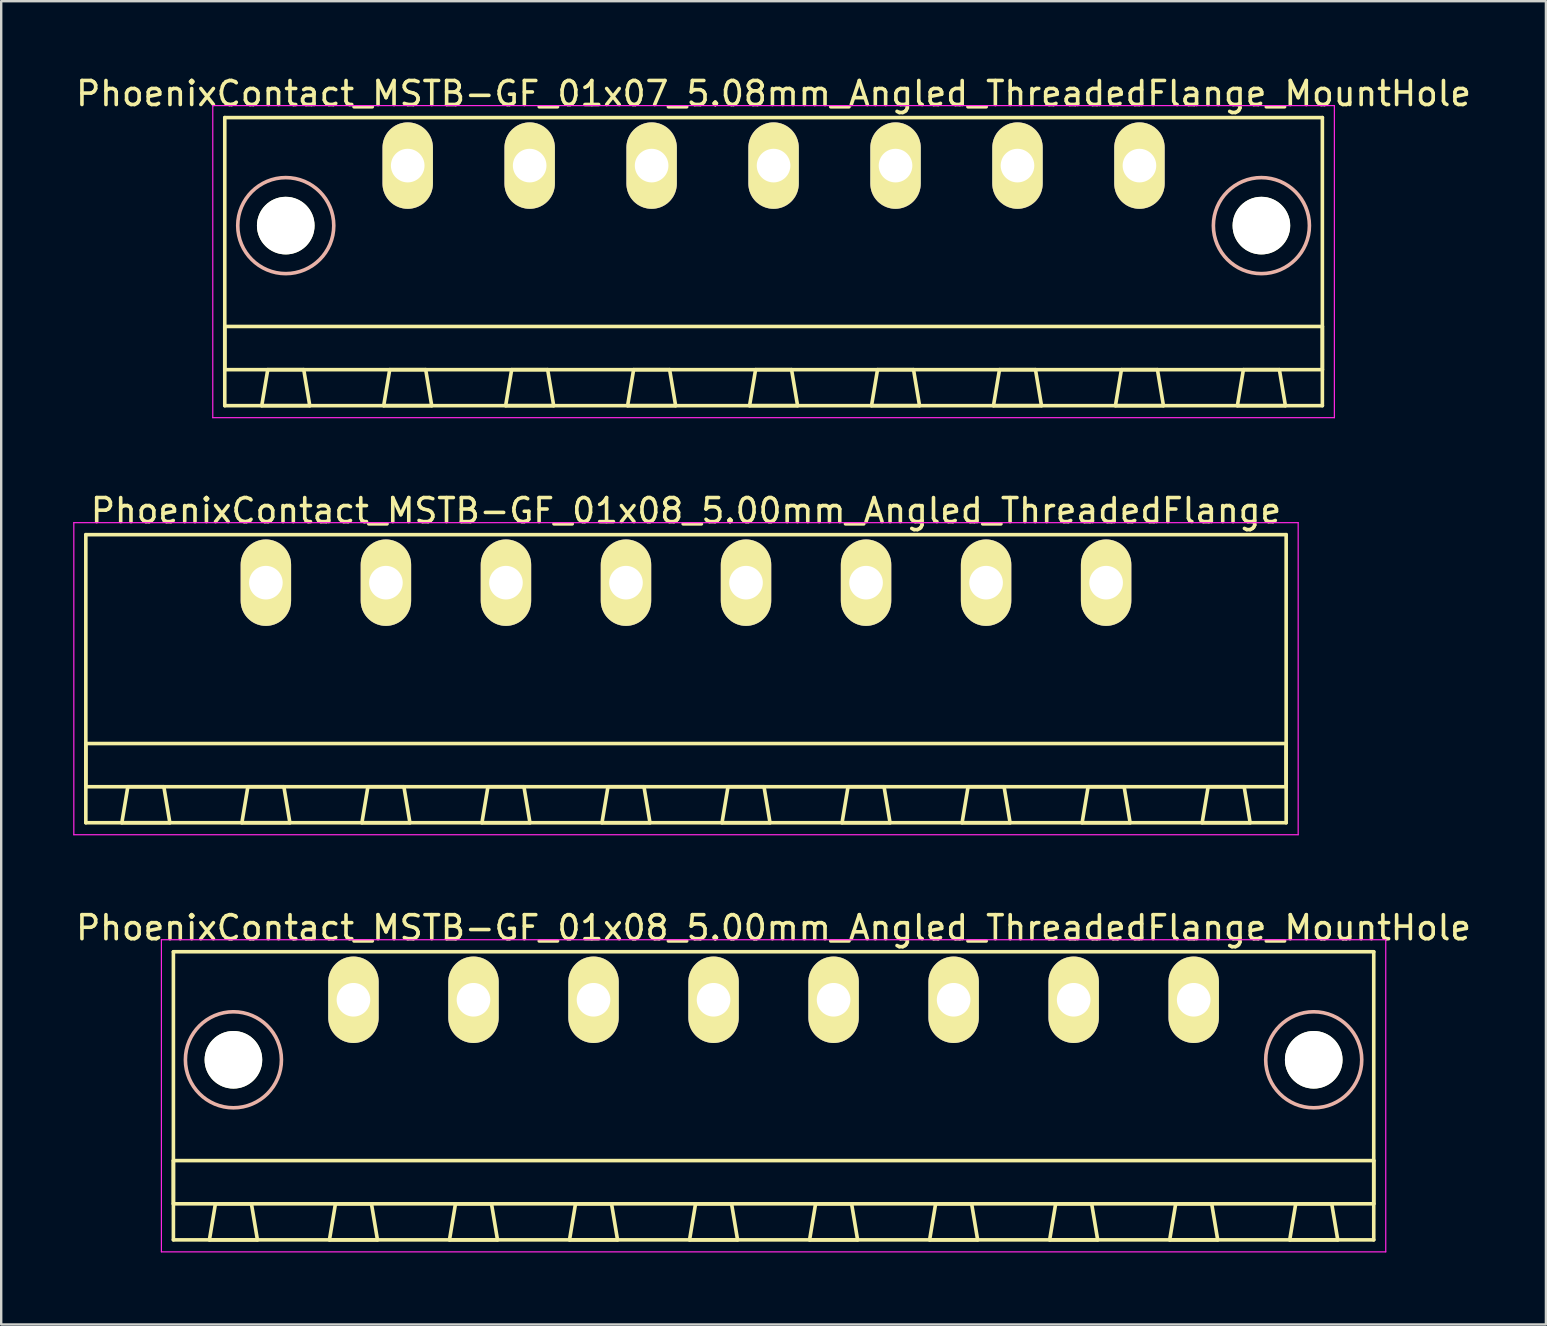
<source format=kicad_pcb>
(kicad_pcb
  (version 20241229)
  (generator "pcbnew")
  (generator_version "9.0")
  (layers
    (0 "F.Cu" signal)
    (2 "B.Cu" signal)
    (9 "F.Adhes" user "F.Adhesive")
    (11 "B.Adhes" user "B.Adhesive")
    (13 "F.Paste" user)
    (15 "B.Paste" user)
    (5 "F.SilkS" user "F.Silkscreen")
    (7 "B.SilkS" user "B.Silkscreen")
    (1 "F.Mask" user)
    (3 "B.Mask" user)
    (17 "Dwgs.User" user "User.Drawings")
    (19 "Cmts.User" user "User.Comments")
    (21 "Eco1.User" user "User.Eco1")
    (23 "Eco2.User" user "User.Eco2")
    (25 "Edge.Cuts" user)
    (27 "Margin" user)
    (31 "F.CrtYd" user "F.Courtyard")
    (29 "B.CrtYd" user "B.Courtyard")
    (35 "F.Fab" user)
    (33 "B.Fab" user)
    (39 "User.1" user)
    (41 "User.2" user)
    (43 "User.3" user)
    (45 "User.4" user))
  (footprint "PhoenixContact_MSTB-GF_01x08_5.00mm_Angled_ThreadedFlange_MountHole"
    (layer "F.Cu")
    (at 11.673 38.595)
    (property "Reference" "PhoenixContact_MSTB-GF_01x08_5.00mm_Angled_ThreadedFlange_MountHole" (at 17.5 -3 0) (layer "F.SilkS") (effects (font (size 1 1) (thickness 0.15))))
    (attr through_hole)
    (fp_line (start -7.5 -2) (end -7.5 10) (stroke (width 0.15) (type solid)) (layer "F.SilkS"))
    (fp_line (start -7.5 6.7) (end 42.5 6.7) (stroke (width 0.15) (type solid)) (layer "F.SilkS"))
    (fp_line (start -7.5 8.5) (end -7.5 6.7) (stroke (width 0.15) (type solid)) (layer "F.SilkS"))
    (fp_line (start -7.5 10) (end 42.5 10) (stroke (width 0.15) (type solid)) (layer "F.SilkS"))
    (fp_line (start -6 10) (end -4 10) (stroke (width 0.15) (type solid)) (layer "F.SilkS"))
    (fp_line (start -5.75 8.5) (end -6 10) (stroke (width 0.15) (type solid)) (layer "F.SilkS"))
    (fp_line (start -4.25 8.5) (end -5.75 8.5) (stroke (width 0.15) (type solid)) (layer "F.SilkS"))
    (fp_line (start -4 10) (end -4.25 8.5) (stroke (width 0.15) (type solid)) (layer "F.SilkS"))
    (fp_line (start -1 10) (end 1 10) (stroke (width 0.15) (type solid)) (layer "F.SilkS"))
    (fp_line (start -0.75 8.5) (end -1 10) (stroke (width 0.15) (type solid)) (layer "F.SilkS"))
    (fp_line (start 0.75 8.5) (end -0.75 8.5) (stroke (width 0.15) (type solid)) (layer "F.SilkS"))
    (fp_line (start 1 10) (end 0.75 8.5) (stroke (width 0.15) (type solid)) (layer "F.SilkS"))
    (fp_line (start 4 10) (end 6 10) (stroke (width 0.15) (type solid)) (layer "F.SilkS"))
    (fp_line (start 4.25 8.5) (end 4 10) (stroke (width 0.15) (type solid)) (layer "F.SilkS"))
    (fp_line (start 5.75 8.5) (end 4.25 8.5) (stroke (width 0.15) (type solid)) (layer "F.SilkS"))
    (fp_line (start 6 10) (end 5.75 8.5) (stroke (width 0.15) (type solid)) (layer "F.SilkS"))
    (fp_line (start 9 10) (end 11 10) (stroke (width 0.15) (type solid)) (layer "F.SilkS"))
    (fp_line (start 9.25 8.5) (end 9 10) (stroke (width 0.15) (type solid)) (layer "F.SilkS"))
    (fp_line (start 10.75 8.5) (end 9.25 8.5) (stroke (width 0.15) (type solid)) (layer "F.SilkS"))
    (fp_line (start 11 10) (end 10.75 8.5) (stroke (width 0.15) (type solid)) (layer "F.SilkS"))
    (fp_line (start 14 10) (end 16 10) (stroke (width 0.15) (type solid)) (layer "F.SilkS"))
    (fp_line (start 14.25 8.5) (end 14 10) (stroke (width 0.15) (type solid)) (layer "F.SilkS"))
    (fp_line (start 15.75 8.5) (end 14.25 8.5) (stroke (width 0.15) (type solid)) (layer "F.SilkS"))
    (fp_line (start 16 10) (end 15.75 8.5) (stroke (width 0.15) (type solid)) (layer "F.SilkS"))
    (fp_line (start 19 10) (end 21 10) (stroke (width 0.15) (type solid)) (layer "F.SilkS"))
    (fp_line (start 19.25 8.5) (end 19 10) (stroke (width 0.15) (type solid)) (layer "F.SilkS"))
    (fp_line (start 20.75 8.5) (end 19.25 8.5) (stroke (width 0.15) (type solid)) (layer "F.SilkS"))
    (fp_line (start 21 10) (end 20.75 8.5) (stroke (width 0.15) (type solid)) (layer "F.SilkS"))
    (fp_line (start 24 10) (end 26 10) (stroke (width 0.15) (type solid)) (layer "F.SilkS"))
    (fp_line (start 24.25 8.5) (end 24 10) (stroke (width 0.15) (type solid)) (layer "F.SilkS"))
    (fp_line (start 25.75 8.5) (end 24.25 8.5) (stroke (width 0.15) (type solid)) (layer "F.SilkS"))
    (fp_line (start 26 10) (end 25.75 8.5) (stroke (width 0.15) (type solid)) (layer "F.SilkS"))
    (fp_line (start 29 10) (end 31 10) (stroke (width 0.15) (type solid)) (layer "F.SilkS"))
    (fp_line (start 29.25 8.5) (end 29 10) (stroke (width 0.15) (type solid)) (layer "F.SilkS"))
    (fp_line (start 30.75 8.5) (end 29.25 8.5) (stroke (width 0.15) (type solid)) (layer "F.SilkS"))
    (fp_line (start 31 10) (end 30.75 8.5) (stroke (width 0.15) (type solid)) (layer "F.SilkS"))
    (fp_line (start 34 10) (end 36 10) (stroke (width 0.15) (type solid)) (layer "F.SilkS"))
    (fp_line (start 34.25 8.5) (end 34 10) (stroke (width 0.15) (type solid)) (layer "F.SilkS"))
    (fp_line (start 35.75 8.5) (end 34.25 8.5) (stroke (width 0.15) (type solid)) (layer "F.SilkS"))
    (fp_line (start 36 10) (end 35.75 8.5) (stroke (width 0.15) (type solid)) (layer "F.SilkS"))
    (fp_line (start 39 10) (end 41 10) (stroke (width 0.15) (type solid)) (layer "F.SilkS"))
    (fp_line (start 39.25 8.5) (end 39 10) (stroke (width 0.15) (type solid)) (layer "F.SilkS"))
    (fp_line (start 40.75 8.5) (end 39.25 8.5) (stroke (width 0.15) (type solid)) (layer "F.SilkS"))
    (fp_line (start 41 10) (end 40.75 8.5) (stroke (width 0.15) (type solid)) (layer "F.SilkS"))
    (fp_line (start 42.5 -2) (end -7.5 -2) (stroke (width 0.15) (type solid)) (layer "F.SilkS"))
    (fp_line (start 42.5 6.7) (end 42.5 8.5) (stroke (width 0.15) (type solid)) (layer "F.SilkS"))
    (fp_line (start 42.5 8.5) (end -7.5 8.5) (stroke (width 0.15) (type solid)) (layer "F.SilkS"))
    (fp_line (start 42.5 10) (end 42.5 -2) (stroke (width 0.15) (type solid)) (layer "F.SilkS"))
    (fp_circle (center -5 2.5) (end -3 2.5) (stroke (width 0.15) (type solid)) (fill no) (layer "B.SilkS"))
    (fp_circle (center 40 2.5) (end 42 2.5) (stroke (width 0.15) (type solid)) (fill no) (layer "B.SilkS"))
    (fp_line (start -8 -2.5) (end -8 10.5) (stroke (width 0.05) (type solid)) (layer "F.CrtYd"))
    (fp_line (start -8 10.5) (end 43 10.5) (stroke (width 0.05) (type solid)) (layer "F.CrtYd"))
    (fp_line (start 43 -2.5) (end -8 -2.5) (stroke (width 0.05) (type solid)) (layer "F.CrtYd"))
    (fp_line (start 43 10.5) (end 43 -2.5) (stroke (width 0.05) (type solid)) (layer "F.CrtYd"))
    (pad "" np_thru_hole circle (at -5 2.5) (size 2.4 2.4) (drill 2.4) (layers "*.Cu" "*.Mask" "F.SilkS"))
    (pad "" np_thru_hole circle (at 40 2.5) (size 2.4 2.4) (drill 2.4) (layers "*.Cu" "*.Mask" "F.SilkS"))
    (pad "1" thru_hole oval (at 0 0) (size 2.1 3.6) (drill 1.4) (layers "*.Cu" "*.Mask" "F.SilkS"))
    (pad "2" thru_hole oval (at 5 0) (size 2.1 3.6) (drill 1.4) (layers "*.Cu" "*.Mask" "F.SilkS"))
    (pad "3" thru_hole oval (at 10 0) (size 2.1 3.6) (drill 1.4) (layers "*.Cu" "*.Mask" "F.SilkS"))
    (pad "4" thru_hole oval (at 15 0) (size 2.1 3.6) (drill 1.4) (layers "*.Cu" "*.Mask" "F.SilkS"))
    (pad "5" thru_hole oval (at 20 0) (size 2.1 3.6) (drill 1.4) (layers "*.Cu" "*.Mask" "F.SilkS"))
    (pad "6" thru_hole oval (at 25 0) (size 2.1 3.6) (drill 1.4) (layers "*.Cu" "*.Mask" "F.SilkS"))
    (pad "7" thru_hole oval (at 30 0) (size 2.1 3.6) (drill 1.4) (layers "*.Cu" "*.Mask" "F.SilkS"))
    (pad "8" thru_hole oval (at 35 0) (size 2.1 3.6) (drill 1.4) (layers "*.Cu" "*.Mask" "F.SilkS")))
  (footprint "PhoenixContact_MSTB-GF_01x08_5.00mm_Angled_ThreadedFlange"
    (layer "F.Cu")
    (at 8.025 21.221)
    (property "Reference" "PhoenixContact_MSTB-GF_01x08_5.00mm_Angled_ThreadedFlange" (at 17.5 -3 0) (layer "F.SilkS") (effects (font (size 1 1) (thickness 0.15))))
    (attr through_hole)
    (fp_line (start -7.5 -2) (end -7.5 10) (stroke (width 0.15) (type solid)) (layer "F.SilkS"))
    (fp_line (start -7.5 6.7) (end 42.5 6.7) (stroke (width 0.15) (type solid)) (layer "F.SilkS"))
    (fp_line (start -7.5 8.5) (end -7.5 6.7) (stroke (width 0.15) (type solid)) (layer "F.SilkS"))
    (fp_line (start -7.5 10) (end 42.5 10) (stroke (width 0.15) (type solid)) (layer "F.SilkS"))
    (fp_line (start -6 10) (end -4 10) (stroke (width 0.15) (type solid)) (layer "F.SilkS"))
    (fp_line (start -5.75 8.5) (end -6 10) (stroke (width 0.15) (type solid)) (layer "F.SilkS"))
    (fp_line (start -4.25 8.5) (end -5.75 8.5) (stroke (width 0.15) (type solid)) (layer "F.SilkS"))
    (fp_line (start -4 10) (end -4.25 8.5) (stroke (width 0.15) (type solid)) (layer "F.SilkS"))
    (fp_line (start -1 10) (end 1 10) (stroke (width 0.15) (type solid)) (layer "F.SilkS"))
    (fp_line (start -0.75 8.5) (end -1 10) (stroke (width 0.15) (type solid)) (layer "F.SilkS"))
    (fp_line (start 0.75 8.5) (end -0.75 8.5) (stroke (width 0.15) (type solid)) (layer "F.SilkS"))
    (fp_line (start 1 10) (end 0.75 8.5) (stroke (width 0.15) (type solid)) (layer "F.SilkS"))
    (fp_line (start 4 10) (end 6 10) (stroke (width 0.15) (type solid)) (layer "F.SilkS"))
    (fp_line (start 4.25 8.5) (end 4 10) (stroke (width 0.15) (type solid)) (layer "F.SilkS"))
    (fp_line (start 5.75 8.5) (end 4.25 8.5) (stroke (width 0.15) (type solid)) (layer "F.SilkS"))
    (fp_line (start 6 10) (end 5.75 8.5) (stroke (width 0.15) (type solid)) (layer "F.SilkS"))
    (fp_line (start 9 10) (end 11 10) (stroke (width 0.15) (type solid)) (layer "F.SilkS"))
    (fp_line (start 9.25 8.5) (end 9 10) (stroke (width 0.15) (type solid)) (layer "F.SilkS"))
    (fp_line (start 10.75 8.5) (end 9.25 8.5) (stroke (width 0.15) (type solid)) (layer "F.SilkS"))
    (fp_line (start 11 10) (end 10.75 8.5) (stroke (width 0.15) (type solid)) (layer "F.SilkS"))
    (fp_line (start 14 10) (end 16 10) (stroke (width 0.15) (type solid)) (layer "F.SilkS"))
    (fp_line (start 14.25 8.5) (end 14 10) (stroke (width 0.15) (type solid)) (layer "F.SilkS"))
    (fp_line (start 15.75 8.5) (end 14.25 8.5) (stroke (width 0.15) (type solid)) (layer "F.SilkS"))
    (fp_line (start 16 10) (end 15.75 8.5) (stroke (width 0.15) (type solid)) (layer "F.SilkS"))
    (fp_line (start 19 10) (end 21 10) (stroke (width 0.15) (type solid)) (layer "F.SilkS"))
    (fp_line (start 19.25 8.5) (end 19 10) (stroke (width 0.15) (type solid)) (layer "F.SilkS"))
    (fp_line (start 20.75 8.5) (end 19.25 8.5) (stroke (width 0.15) (type solid)) (layer "F.SilkS"))
    (fp_line (start 21 10) (end 20.75 8.5) (stroke (width 0.15) (type solid)) (layer "F.SilkS"))
    (fp_line (start 24 10) (end 26 10) (stroke (width 0.15) (type solid)) (layer "F.SilkS"))
    (fp_line (start 24.25 8.5) (end 24 10) (stroke (width 0.15) (type solid)) (layer "F.SilkS"))
    (fp_line (start 25.75 8.5) (end 24.25 8.5) (stroke (width 0.15) (type solid)) (layer "F.SilkS"))
    (fp_line (start 26 10) (end 25.75 8.5) (stroke (width 0.15) (type solid)) (layer "F.SilkS"))
    (fp_line (start 29 10) (end 31 10) (stroke (width 0.15) (type solid)) (layer "F.SilkS"))
    (fp_line (start 29.25 8.5) (end 29 10) (stroke (width 0.15) (type solid)) (layer "F.SilkS"))
    (fp_line (start 30.75 8.5) (end 29.25 8.5) (stroke (width 0.15) (type solid)) (layer "F.SilkS"))
    (fp_line (start 31 10) (end 30.75 8.5) (stroke (width 0.15) (type solid)) (layer "F.SilkS"))
    (fp_line (start 34 10) (end 36 10) (stroke (width 0.15) (type solid)) (layer "F.SilkS"))
    (fp_line (start 34.25 8.5) (end 34 10) (stroke (width 0.15) (type solid)) (layer "F.SilkS"))
    (fp_line (start 35.75 8.5) (end 34.25 8.5) (stroke (width 0.15) (type solid)) (layer "F.SilkS"))
    (fp_line (start 36 10) (end 35.75 8.5) (stroke (width 0.15) (type solid)) (layer "F.SilkS"))
    (fp_line (start 39 10) (end 41 10) (stroke (width 0.15) (type solid)) (layer "F.SilkS"))
    (fp_line (start 39.25 8.5) (end 39 10) (stroke (width 0.15) (type solid)) (layer "F.SilkS"))
    (fp_line (start 40.75 8.5) (end 39.25 8.5) (stroke (width 0.15) (type solid)) (layer "F.SilkS"))
    (fp_line (start 41 10) (end 40.75 8.5) (stroke (width 0.15) (type solid)) (layer "F.SilkS"))
    (fp_line (start 42.5 -2) (end -7.5 -2) (stroke (width 0.15) (type solid)) (layer "F.SilkS"))
    (fp_line (start 42.5 6.7) (end 42.5 8.5) (stroke (width 0.15) (type solid)) (layer "F.SilkS"))
    (fp_line (start 42.5 8.5) (end -7.5 8.5) (stroke (width 0.15) (type solid)) (layer "F.SilkS"))
    (fp_line (start 42.5 10) (end 42.5 -2) (stroke (width 0.15) (type solid)) (layer "F.SilkS"))
    (fp_line (start -8 -2.5) (end -8 10.5) (stroke (width 0.05) (type solid)) (layer "F.CrtYd"))
    (fp_line (start -8 10.5) (end 43 10.5) (stroke (width 0.05) (type solid)) (layer "F.CrtYd"))
    (fp_line (start 43 -2.5) (end -8 -2.5) (stroke (width 0.05) (type solid)) (layer "F.CrtYd"))
    (fp_line (start 43 10.5) (end 43 -2.5) (stroke (width 0.05) (type solid)) (layer "F.CrtYd"))
    (pad "1" thru_hole oval (at 0 0) (size 2.1 3.6) (drill 1.4) (layers "*.Cu" "*.Mask" "F.SilkS"))
    (pad "2" thru_hole oval (at 5 0) (size 2.1 3.6) (drill 1.4) (layers "*.Cu" "*.Mask" "F.SilkS"))
    (pad "3" thru_hole oval (at 10 0) (size 2.1 3.6) (drill 1.4) (layers "*.Cu" "*.Mask" "F.SilkS"))
    (pad "4" thru_hole oval (at 15 0) (size 2.1 3.6) (drill 1.4) (layers "*.Cu" "*.Mask" "F.SilkS"))
    (pad "5" thru_hole oval (at 20 0) (size 2.1 3.6) (drill 1.4) (layers "*.Cu" "*.Mask" "F.SilkS"))
    (pad "6" thru_hole oval (at 25 0) (size 2.1 3.6) (drill 1.4) (layers "*.Cu" "*.Mask" "F.SilkS"))
    (pad "7" thru_hole oval (at 30 0) (size 2.1 3.6) (drill 1.4) (layers "*.Cu" "*.Mask" "F.SilkS"))
    (pad "8" thru_hole oval (at 35 0) (size 2.1 3.6) (drill 1.4) (layers "*.Cu" "*.Mask" "F.SilkS")))
  (footprint "PhoenixContact_MSTB-GF_01x07_5.08mm_Angled_ThreadedFlange_MountHole"
    (layer "F.Cu")
    (at 13.933 3.848)
    (property "Reference" "PhoenixContact_MSTB-GF_01x07_5.08mm_Angled_ThreadedFlange_MountHole" (at 15.24 -3 0) (layer "F.SilkS") (effects (font (size 1 1) (thickness 0.15))))
    (attr through_hole)
    (fp_line (start -7.62 -2) (end -7.62 10) (stroke (width 0.15) (type solid)) (layer "F.SilkS"))
    (fp_line (start -7.62 6.7) (end 38.1 6.7) (stroke (width 0.15) (type solid)) (layer "F.SilkS"))
    (fp_line (start -7.62 8.5) (end -7.62 6.7) (stroke (width 0.15) (type solid)) (layer "F.SilkS"))
    (fp_line (start -7.62 10) (end 38.1 10) (stroke (width 0.15) (type solid)) (layer "F.SilkS"))
    (fp_line (start -6.08 10) (end -4.08 10) (stroke (width 0.15) (type solid)) (layer "F.SilkS"))
    (fp_line (start -5.83 8.5) (end -6.08 10) (stroke (width 0.15) (type solid)) (layer "F.SilkS"))
    (fp_line (start -4.33 8.5) (end -5.83 8.5) (stroke (width 0.15) (type solid)) (layer "F.SilkS"))
    (fp_line (start -4.08 10) (end -4.33 8.5) (stroke (width 0.15) (type solid)) (layer "F.SilkS"))
    (fp_line (start -1 10) (end 1 10) (stroke (width 0.15) (type solid)) (layer "F.SilkS"))
    (fp_line (start -0.75 8.5) (end -1 10) (stroke (width 0.15) (type solid)) (layer "F.SilkS"))
    (fp_line (start 0.75 8.5) (end -0.75 8.5) (stroke (width 0.15) (type solid)) (layer "F.SilkS"))
    (fp_line (start 1 10) (end 0.75 8.5) (stroke (width 0.15) (type solid)) (layer "F.SilkS"))
    (fp_line (start 4.08 10) (end 6.08 10) (stroke (width 0.15) (type solid)) (layer "F.SilkS"))
    (fp_line (start 4.33 8.5) (end 4.08 10) (stroke (width 0.15) (type solid)) (layer "F.SilkS"))
    (fp_line (start 5.83 8.5) (end 4.33 8.5) (stroke (width 0.15) (type solid)) (layer "F.SilkS"))
    (fp_line (start 6.08 10) (end 5.83 8.5) (stroke (width 0.15) (type solid)) (layer "F.SilkS"))
    (fp_line (start 9.16 10) (end 11.16 10) (stroke (width 0.15) (type solid)) (layer "F.SilkS"))
    (fp_line (start 9.41 8.5) (end 9.16 10) (stroke (width 0.15) (type solid)) (layer "F.SilkS"))
    (fp_line (start 10.91 8.5) (end 9.41 8.5) (stroke (width 0.15) (type solid)) (layer "F.SilkS"))
    (fp_line (start 11.16 10) (end 10.91 8.5) (stroke (width 0.15) (type solid)) (layer "F.SilkS"))
    (fp_line (start 14.24 10) (end 16.24 10) (stroke (width 0.15) (type solid)) (layer "F.SilkS"))
    (fp_line (start 14.49 8.5) (end 14.24 10) (stroke (width 0.15) (type solid)) (layer "F.SilkS"))
    (fp_line (start 15.99 8.5) (end 14.49 8.5) (stroke (width 0.15) (type solid)) (layer "F.SilkS"))
    (fp_line (start 16.24 10) (end 15.99 8.5) (stroke (width 0.15) (type solid)) (layer "F.SilkS"))
    (fp_line (start 19.32 10) (end 21.32 10) (stroke (width 0.15) (type solid)) (layer "F.SilkS"))
    (fp_line (start 19.57 8.5) (end 19.32 10) (stroke (width 0.15) (type solid)) (layer "F.SilkS"))
    (fp_line (start 21.07 8.5) (end 19.57 8.5) (stroke (width 0.15) (type solid)) (layer "F.SilkS"))
    (fp_line (start 21.32 10) (end 21.07 8.5) (stroke (width 0.15) (type solid)) (layer "F.SilkS"))
    (fp_line (start 24.4 10) (end 26.4 10) (stroke (width 0.15) (type solid)) (layer "F.SilkS"))
    (fp_line (start 24.65 8.5) (end 24.4 10) (stroke (width 0.15) (type solid)) (layer "F.SilkS"))
    (fp_line (start 26.15 8.5) (end 24.65 8.5) (stroke (width 0.15) (type solid)) (layer "F.SilkS"))
    (fp_line (start 26.4 10) (end 26.15 8.5) (stroke (width 0.15) (type solid)) (layer "F.SilkS"))
    (fp_line (start 29.48 10) (end 31.48 10) (stroke (width 0.15) (type solid)) (layer "F.SilkS"))
    (fp_line (start 29.73 8.5) (end 29.48 10) (stroke (width 0.15) (type solid)) (layer "F.SilkS"))
    (fp_line (start 31.23 8.5) (end 29.73 8.5) (stroke (width 0.15) (type solid)) (layer "F.SilkS"))
    (fp_line (start 31.48 10) (end 31.23 8.5) (stroke (width 0.15) (type solid)) (layer "F.SilkS"))
    (fp_line (start 34.56 10) (end 36.56 10) (stroke (width 0.15) (type solid)) (layer "F.SilkS"))
    (fp_line (start 34.81 8.5) (end 34.56 10) (stroke (width 0.15) (type solid)) (layer "F.SilkS"))
    (fp_line (start 36.31 8.5) (end 34.81 8.5) (stroke (width 0.15) (type solid)) (layer "F.SilkS"))
    (fp_line (start 36.56 10) (end 36.31 8.5) (stroke (width 0.15) (type solid)) (layer "F.SilkS"))
    (fp_line (start 38.1 -2) (end -7.62 -2) (stroke (width 0.15) (type solid)) (layer "F.SilkS"))
    (fp_line (start 38.1 6.7) (end 38.1 8.5) (stroke (width 0.15) (type solid)) (layer "F.SilkS"))
    (fp_line (start 38.1 8.5) (end -7.62 8.5) (stroke (width 0.15) (type solid)) (layer "F.SilkS"))
    (fp_line (start 38.1 10) (end 38.1 -2) (stroke (width 0.15) (type solid)) (layer "F.SilkS"))
    (fp_circle (center -5.08 2.5) (end -3.08 2.5) (stroke (width 0.15) (type solid)) (fill no) (layer "B.SilkS"))
    (fp_circle (center 35.56 2.5) (end 37.56 2.5) (stroke (width 0.15) (type solid)) (fill no) (layer "B.SilkS"))
    (fp_line (start -8.12 -2.5) (end -8.12 10.5) (stroke (width 0.05) (type solid)) (layer "F.CrtYd"))
    (fp_line (start -8.12 10.5) (end 38.6 10.5) (stroke (width 0.05) (type solid)) (layer "F.CrtYd"))
    (fp_line (start 38.6 -2.5) (end -8.12 -2.5) (stroke (width 0.05) (type solid)) (layer "F.CrtYd"))
    (fp_line (start 38.6 10.5) (end 38.6 -2.5) (stroke (width 0.05) (type solid)) (layer "F.CrtYd"))
    (pad "" np_thru_hole circle (at -5.08 2.5) (size 2.4 2.4) (drill 2.4) (layers "*.Cu" "*.Mask" "F.SilkS"))
    (pad "" np_thru_hole circle (at 35.56 2.5) (size 2.4 2.4) (drill 2.4) (layers "*.Cu" "*.Mask" "F.SilkS"))
    (pad "1" thru_hole oval (at 0 0) (size 2.1 3.6) (drill 1.4) (layers "*.Cu" "*.Mask" "F.SilkS"))
    (pad "2" thru_hole oval (at 5.08 0) (size 2.1 3.6) (drill 1.4) (layers "*.Cu" "*.Mask" "F.SilkS"))
    (pad "3" thru_hole oval (at 10.16 0) (size 2.1 3.6) (drill 1.4) (layers "*.Cu" "*.Mask" "F.SilkS"))
    (pad "4" thru_hole oval (at 15.24 0) (size 2.1 3.6) (drill 1.4) (layers "*.Cu" "*.Mask" "F.SilkS"))
    (pad "5" thru_hole oval (at 20.32 0) (size 2.1 3.6) (drill 1.4) (layers "*.Cu" "*.Mask" "F.SilkS"))
    (pad "6" thru_hole oval (at 25.4 0) (size 2.1 3.6) (drill 1.4) (layers "*.Cu" "*.Mask" "F.SilkS"))
    (pad "7" thru_hole oval (at 30.48 0) (size 2.1 3.6) (drill 1.4) (layers "*.Cu" "*.Mask" "F.SilkS")))
  (gr_rect
    (start -3 -3)
    (end 61.345 52.12)
    (stroke (width 0.1) (type default))
    (fill no)
    (layer "Edge.Cuts")))
</source>
